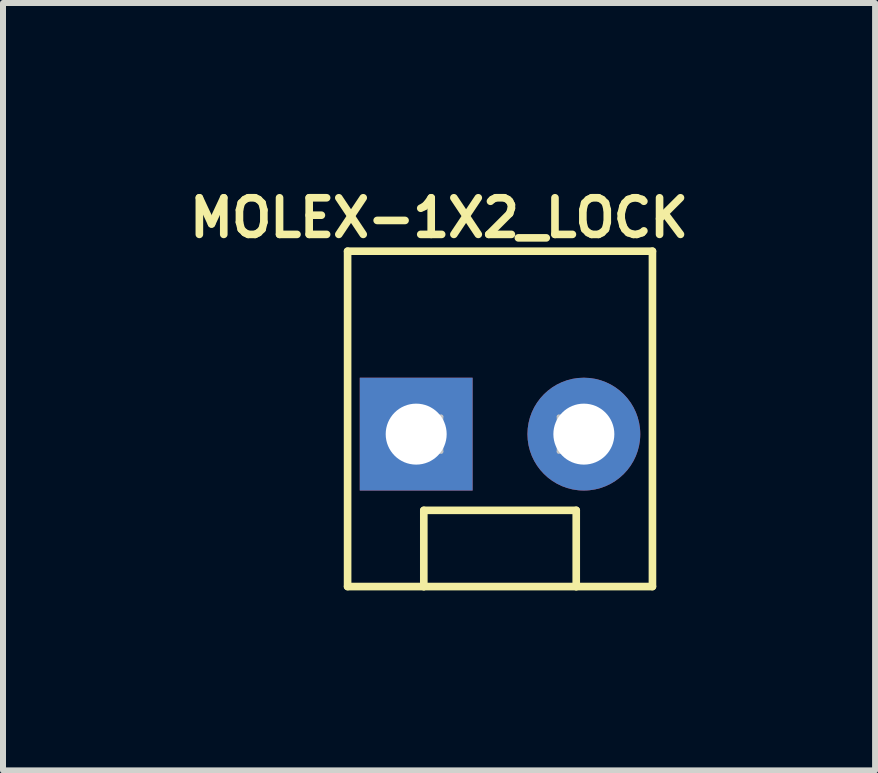
<source format=kicad_pcb>
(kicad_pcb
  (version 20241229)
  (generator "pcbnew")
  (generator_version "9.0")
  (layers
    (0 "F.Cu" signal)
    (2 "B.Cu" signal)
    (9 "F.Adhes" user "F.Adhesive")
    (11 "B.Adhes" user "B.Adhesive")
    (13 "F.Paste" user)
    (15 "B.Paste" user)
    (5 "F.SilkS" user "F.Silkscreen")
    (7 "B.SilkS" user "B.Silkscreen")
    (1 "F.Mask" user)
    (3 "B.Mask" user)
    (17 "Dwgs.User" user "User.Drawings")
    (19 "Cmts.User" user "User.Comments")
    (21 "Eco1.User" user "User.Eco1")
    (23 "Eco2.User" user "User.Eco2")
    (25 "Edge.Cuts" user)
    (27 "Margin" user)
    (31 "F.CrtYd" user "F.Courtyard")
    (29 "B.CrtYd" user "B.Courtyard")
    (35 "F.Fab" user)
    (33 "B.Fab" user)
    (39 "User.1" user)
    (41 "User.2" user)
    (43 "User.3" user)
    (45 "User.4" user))
  (footprint "MOLEX-1X2_LOCK"
    (layer "F.Cu")
    (at 4.012 4.184)
    (property "Reference" "MOLEX-1X2_LOCK" (at 0.254 -3.604 0) (layer "F.SilkS") (effects (font (size 0.61 0.61) (thickness 0.127))))
    (attr exclude_from_pos_files exclude_from_bom)
    (fp_line (start -1.27 -3.048) (end -1.27 2.54) (stroke (width 0.127) (type solid)) (layer "F.SilkS"))
    (fp_line (start 0 1.27) (end 2.54 1.27) (stroke (width 0.127) (type solid)) (layer "F.SilkS"))
    (fp_line (start 0 2.54) (end -1.27 2.54) (stroke (width 0.127) (type solid)) (layer "F.SilkS"))
    (fp_line (start 0 2.54) (end 0 1.27) (stroke (width 0.127) (type solid)) (layer "F.SilkS"))
    (fp_line (start 2.54 1.27) (end 2.54 2.54) (stroke (width 0.127) (type solid)) (layer "F.SilkS"))
    (fp_line (start 2.54 2.54) (end 0 2.54) (stroke (width 0.127) (type solid)) (layer "F.SilkS"))
    (fp_line (start 3.81 -3.048) (end -1.27 -3.048) (stroke (width 0.127) (type solid)) (layer "F.SilkS"))
    (fp_line (start 3.81 -3.048) (end 3.81 2.54) (stroke (width 0.127) (type solid)) (layer "F.SilkS"))
    (fp_line (start 3.81 2.54) (end 2.54 2.54) (stroke (width 0.127) (type solid)) (layer "F.SilkS"))
    (fp_line (start -0.292 -0.292) (end 0.292 -0.292) (stroke (width 0.066) (type solid)) (layer "Dwgs.User"))
    (fp_line (start -0.292 0.292) (end -0.292 -0.292) (stroke (width 0.066) (type solid)) (layer "Dwgs.User"))
    (fp_line (start -0.292 0.292) (end 0.292 0.292) (stroke (width 0.066) (type solid)) (layer "Dwgs.User"))
    (fp_line (start 0.292 0.292) (end 0.292 -0.292) (stroke (width 0.066) (type solid)) (layer "Dwgs.User"))
    (fp_line (start 2.248 -0.292) (end 2.832 -0.292) (stroke (width 0.066) (type solid)) (layer "Dwgs.User"))
    (fp_line (start 2.248 0.292) (end 2.248 -0.292) (stroke (width 0.066) (type solid)) (layer "Dwgs.User"))
    (fp_line (start 2.248 0.292) (end 2.832 0.292) (stroke (width 0.066) (type solid)) (layer "Dwgs.User"))
    (fp_line (start 2.832 0.292) (end 2.832 -0.292) (stroke (width 0.066) (type solid)) (layer "Dwgs.User"))
    (pad "1" thru_hole rect (at -0.127 0) (size 1.88 1.88) (drill 1.016) (layers "*.Cu" "*.Paste" "*.Mask"))
    (pad "2" thru_hole circle (at 2.667 0) (size 1.88 1.88) (drill 1.016) (layers "*.Cu" "*.Paste" "*.Mask")))
  (gr_rect
    (start -3 -3)
    (end 11.532 9.787)
    (stroke (width 0.1) (type default))
    (fill no)
    (layer "Edge.Cuts")))
</source>
